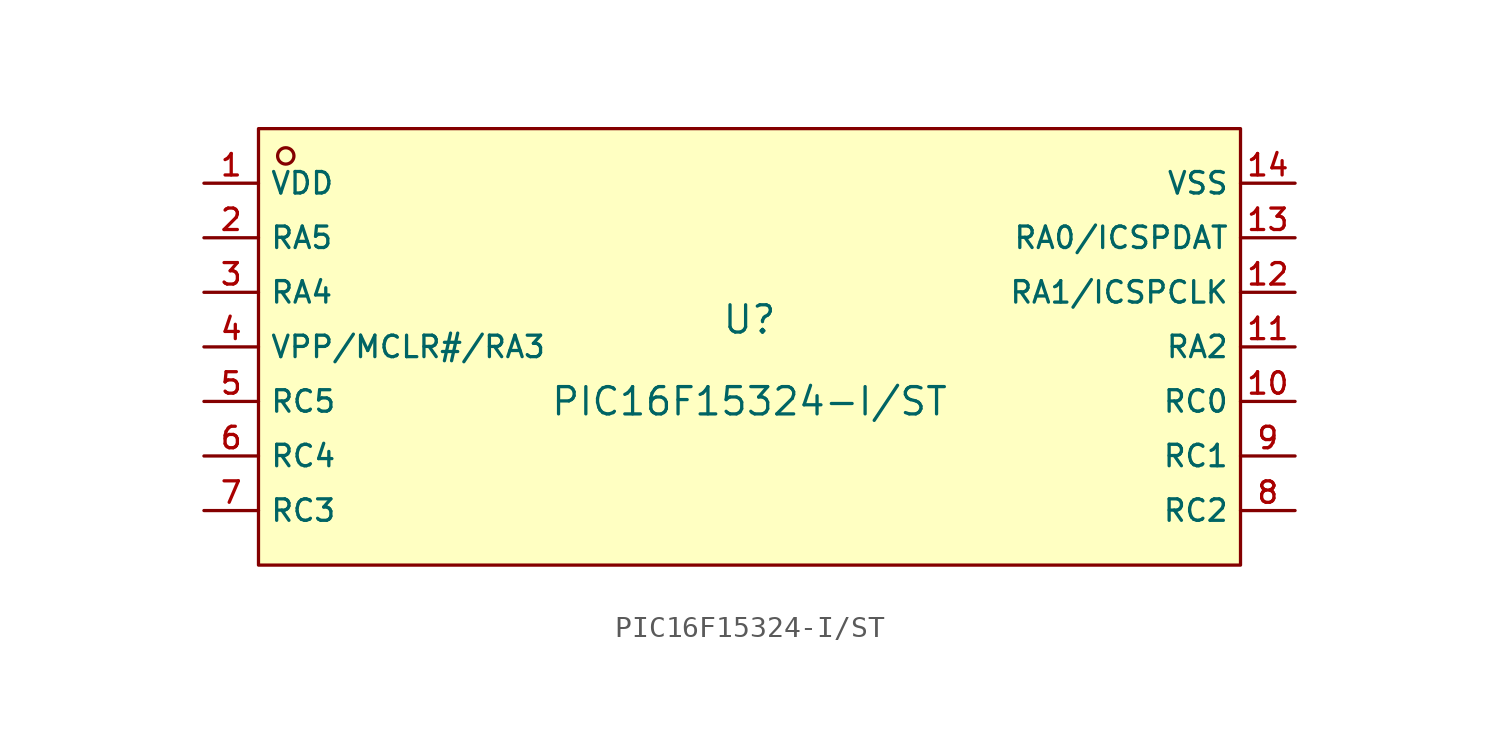
<source format=kicad_sym>
(kicad_symbol_lib
  (version 20231120)
  (generator "CDFER_Archive_Tool")
  (generator_version "0.0")
  (symbol "PIC16F15324-I/ST"
    (property "Reference" "U"
      (at 0 1.27 0)
      (effects (font (size 1.27 1.27))))
    (property "Value" "PIC16F15324-I/ST"
      (at 0 -2.54 0)
      (effects (font (size 1.27 1.27))))
    (symbol "PIC16F15324-I/ST_0_1"
      (rectangle (start -22.86 10.16) (end 22.86 -10.16) (stroke (width 0) (type default)) (fill (type background)))
      (circle (center -21.59 8.89) (radius 0.381) (stroke (width 0) (type default)) (fill (type background)))
      (pin unspecified line (at -25.4 7.62 0) (length 2.54) (name "VDD" (effects (font (size 1 1)))) (number "1" (effects (font (size 1 1)))))
      (pin unspecified line (at 25.4 -2.54 180) (length 2.54) (name "RC0" (effects (font (size 1 1)))) (number "10" (effects (font (size 1 1)))))
      (pin unspecified line (at 25.4 0 180) (length 2.54) (name "RA2" (effects (font (size 1 1)))) (number "11" (effects (font (size 1 1)))))
      (pin unspecified line (at 25.4 2.54 180) (length 2.54) (name "RA1/ICSPCLK" (effects (font (size 1 1)))) (number "12" (effects (font (size 1 1)))))
      (pin unspecified line (at 25.4 5.08 180) (length 2.54) (name "RA0/ICSPDAT" (effects (font (size 1 1)))) (number "13" (effects (font (size 1 1)))))
      (pin unspecified line (at 25.4 7.62 180) (length 2.54) (name "VSS" (effects (font (size 1 1)))) (number "14" (effects (font (size 1 1)))))
      (pin unspecified line (at -25.4 5.08 0) (length 2.54) (name "RA5" (effects (font (size 1 1)))) (number "2" (effects (font (size 1 1)))))
      (pin unspecified line (at -25.4 2.54 0) (length 2.54) (name "RA4" (effects (font (size 1 1)))) (number "3" (effects (font (size 1 1)))))
      (pin unspecified line (at -25.4 0 0) (length 2.54) (name "VPP/MCLR#/RA3" (effects (font (size 1 1)))) (number "4" (effects (font (size 1 1)))))
      (pin unspecified line (at -25.4 -2.54 0) (length 2.54) (name "RC5" (effects (font (size 1 1)))) (number "5" (effects (font (size 1 1)))))
      (pin unspecified line (at -25.4 -5.08 0) (length 2.54) (name "RC4" (effects (font (size 1 1)))) (number "6" (effects (font (size 1 1)))))
      (pin unspecified line (at -25.4 -7.62 0) (length 2.54) (name "RC3" (effects (font (size 1 1)))) (number "7" (effects (font (size 1 1)))))
      (pin unspecified line (at 25.4 -7.62 180) (length 2.54) (name "RC2" (effects (font (size 1 1)))) (number "8" (effects (font (size 1 1)))))
      (pin unspecified line (at 25.4 -5.08 180) (length 2.54) (name "RC1" (effects (font (size 1 1)))) (number "9" (effects (font (size 1 1))))))))
</source>
